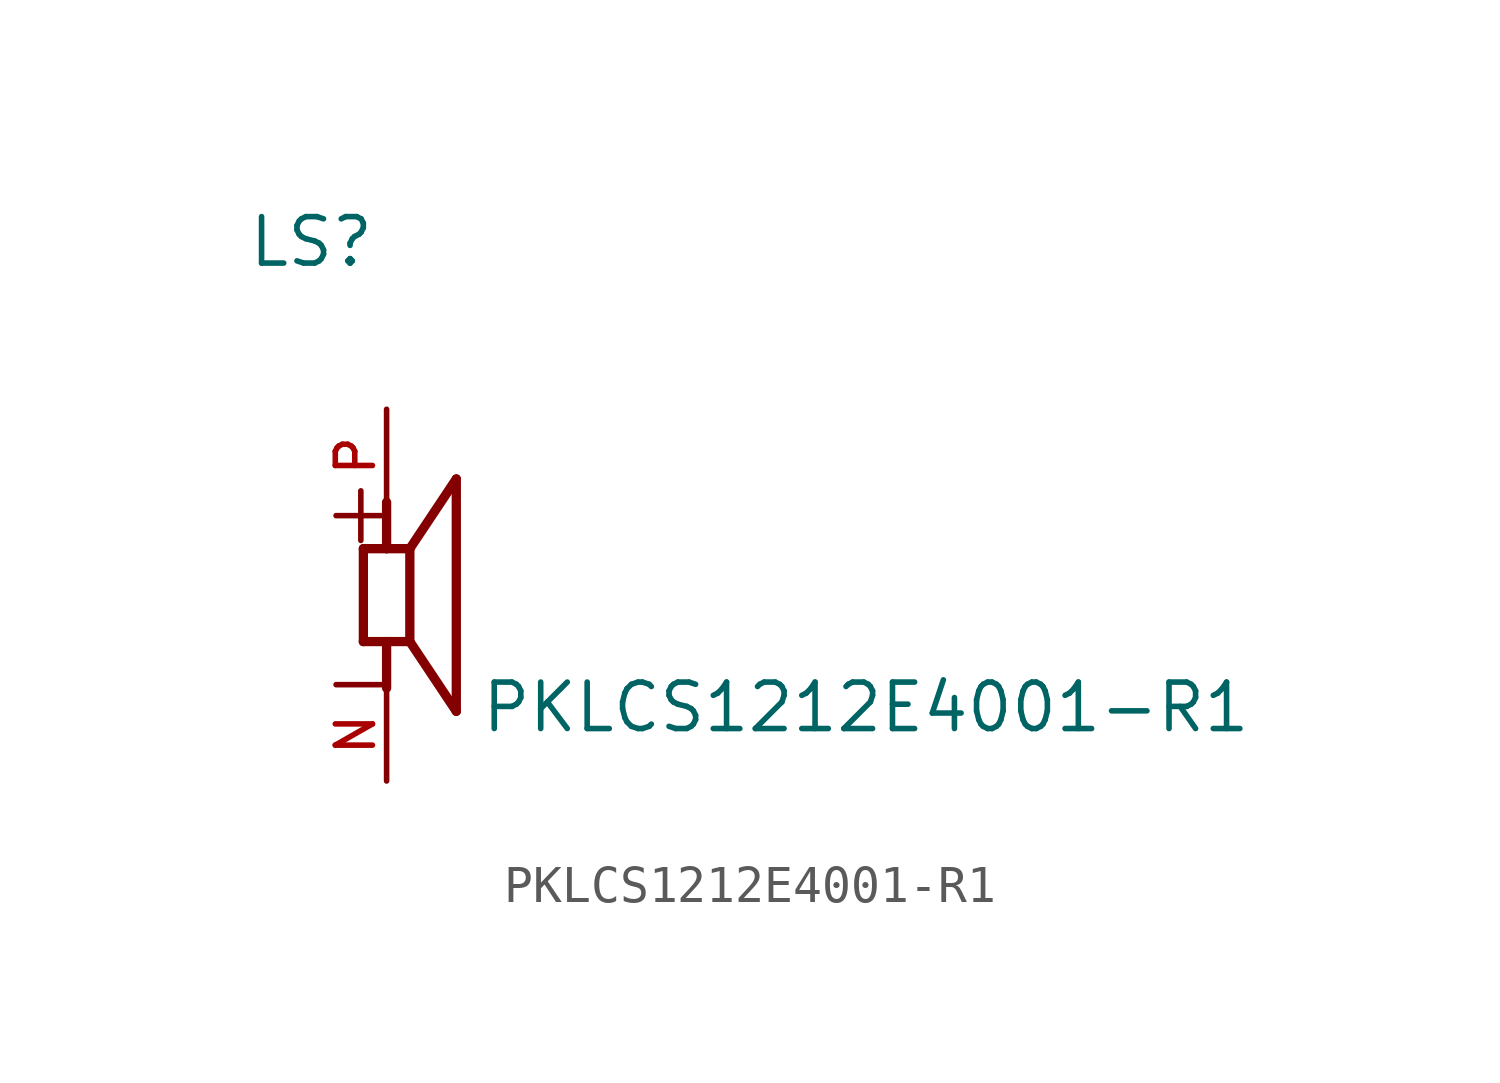
<source format=kicad_sym>
(kicad_symbol_lib
  (version 20220914)
  (generator kicad_symbol_editor)
  (symbol "PKLCS1212E4001-R1"
    (pin_names
      (offset 1.016))
    (property "Reference" "LS"
      (at -3.82 8.913 0)
      (effects (font (size 1.27 1.27)) (justify left bottom)))
    (property "Value" "PKLCS1212E4001-R1"
      (at 2.54 -3.81 0)
      (effects (font (size 1.27 1.27)) (justify left bottom)))
    (symbol "PKLCS1212E4001-R1_0_0"
      (polyline (pts (xy -0.635 -1.27) (xy -0.635 1.27)) (stroke (width 0.254) (type default)) (fill (type none)))
      (polyline (pts (xy -0.635 1.27) (xy 0 1.27)) (stroke (width 0.254) (type default)) (fill (type none)))
      (polyline (pts (xy 0 -1.27) (xy -0.635 -1.27)) (stroke (width 0.254) (type default)) (fill (type none)))
      (polyline (pts (xy 0 -1.27) (xy 0 -2.54)) (stroke (width 0.254) (type default)) (fill (type none)))
      (polyline (pts (xy 0 1.27) (xy 0 2.54)) (stroke (width 0.254) (type default)) (fill (type none)))
      (polyline (pts (xy 0 1.27) (xy 0.635 1.27)) (stroke (width 0.254) (type default)) (fill (type none)))
      (polyline (pts (xy 0.635 -1.27) (xy 0 -1.27)) (stroke (width 0.254) (type default)) (fill (type none)))
      (polyline (pts (xy 0.635 1.27) (xy 0.635 -1.27)) (stroke (width 0.254) (type default)) (fill (type none)))
      (polyline (pts (xy 0.635 1.27) (xy 1.905 3.175)) (stroke (width 0.254) (type default)) (fill (type none)))
      (polyline (pts (xy 1.905 -3.175) (xy 0.635 -1.27)) (stroke (width 0.254) (type default)) (fill (type none)))
      (polyline (pts (xy 1.905 3.175) (xy 1.905 -3.175)) (stroke (width 0.254) (type default)) (fill (type none)))
      (text "+" (at -1.905 1.27 0) (effects (font (size 1.778 1.778)) (justify left bottom)))
      (text "-" (at -1.905 -1.27 0) (effects (font (size 1.778 1.778)) (justify left top)))
      (pin passive line (at 0 -5.08 90) (length 2.54) (name "~" (effects (font (size 1.016 1.016)))) (number "N" (effects (font (size 1.016 1.016)))))
      (pin passive line (at 0 5.08 270) (length 2.54) (name "~" (effects (font (size 1.016 1.016)))) (number "P" (effects (font (size 1.016 1.016))))))))
</source>
